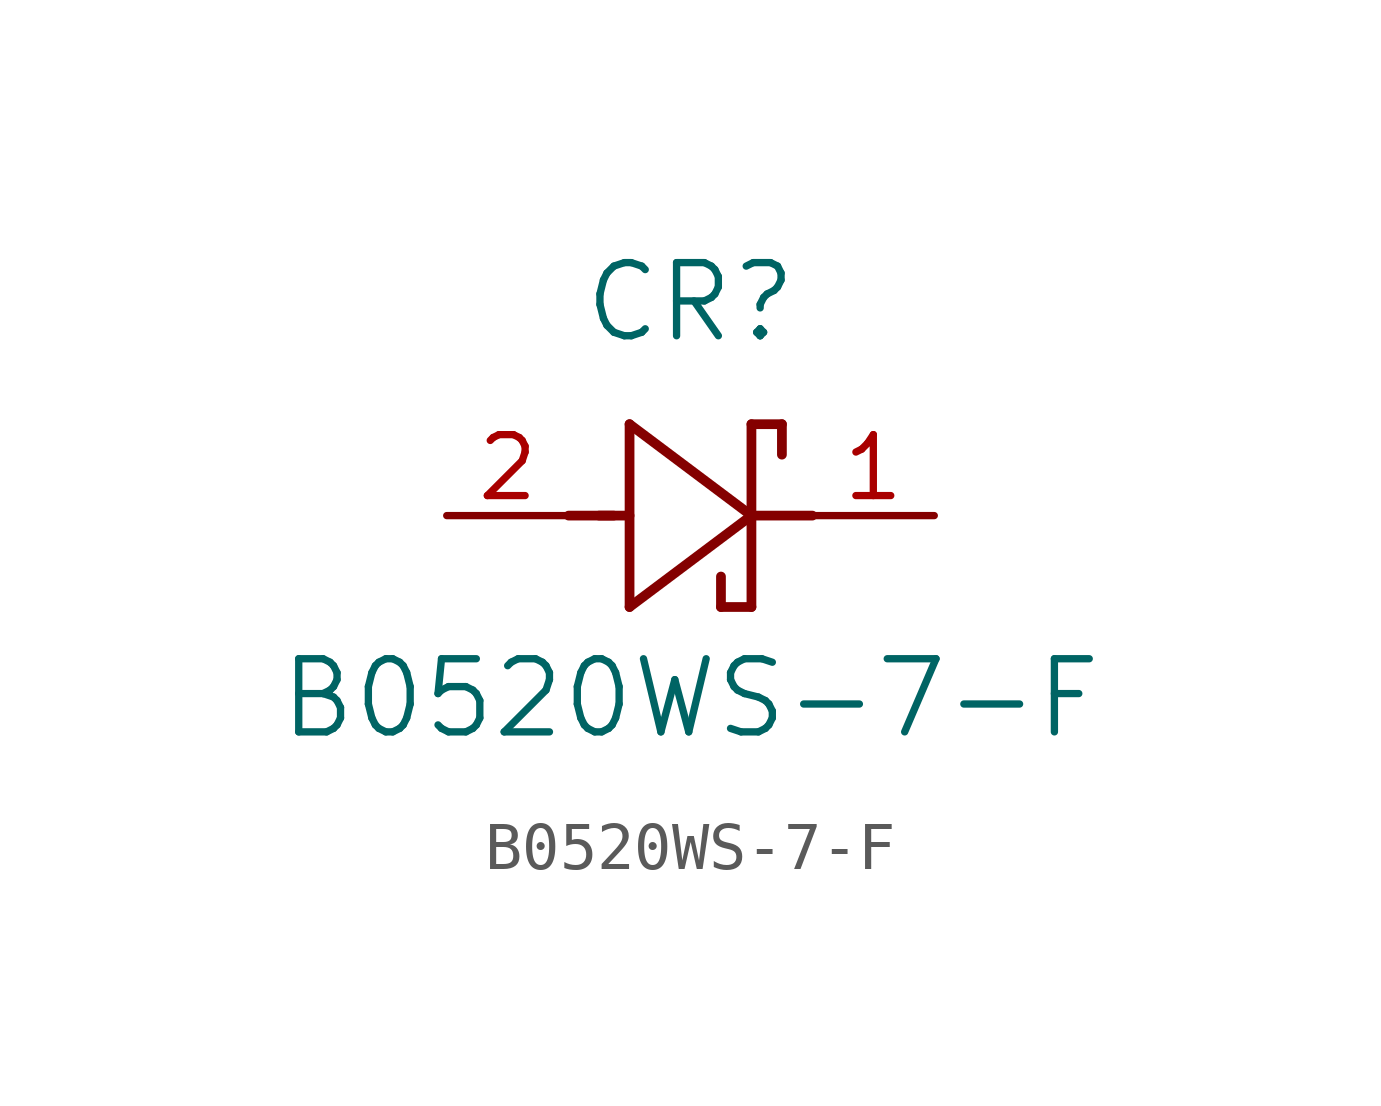
<source format=kicad_sym>
(kicad_symbol_lib
  (version 20211014)
  (generator kicad_symbol_editor)
  (symbol "B0520WS-7-F"
    (pin_names
      (offset 0.254))
    (property "Reference" "CR"
      (at 5.08 4.445 0)
      (effects (font (size 1.524 1.524))))
    (property "Value" "B0520WS-7-F"
      (at 5.08 -3.81 0)
      (effects (font (size 1.524 1.524))))
    (symbol "B0520WS-7-F_0_1"
      (polyline (pts (xy 2.54 0) (xy 3.48 0)) (stroke (width 0.203) (type default) (color 0 0 0 0)) (fill (type none)))
      (polyline (pts (xy 3.175 0) (xy 3.81 0)) (stroke (width 0.203) (type default) (color 0 0 0 0)) (fill (type none)))
      (polyline (pts (xy 3.81 -1.905) (xy 6.35 0)) (stroke (width 0.203) (type default) (color 0 0 0 0)) (fill (type none)))
      (polyline (pts (xy 6.35 -1.905) (xy 5.715 -1.905)) (stroke (width 0.203) (type default) (color 0 0 0 0)) (fill (type none)))
      (polyline (pts (xy 6.35 1.905) (xy 6.985 1.905)) (stroke (width 0.203) (type default) (color 0 0 0 0)) (fill (type none)))
      (polyline (pts (xy 3.81 1.905) (xy 3.81 -1.905)) (stroke (width 0.203) (type default) (color 0 0 0 0)) (fill (type none)))
      (polyline (pts (xy 6.35 -1.905) (xy 6.35 1.905)) (stroke (width 0.203) (type default) (color 0 0 0 0)) (fill (type none)))
      (polyline (pts (xy 6.35 0) (xy 3.81 1.905)) (stroke (width 0.203) (type default) (color 0 0 0 0)) (fill (type none)))
      (polyline (pts (xy 6.35 0) (xy 7.62 0)) (stroke (width 0.203) (type default) (color 0 0 0 0)) (fill (type none)))
      (polyline (pts (xy 6.985 1.905) (xy 6.985 1.27)) (stroke (width 0.203) (type default) (color 0 0 0 0)) (fill (type none)))
      (polyline (pts (xy 5.715 -1.905) (xy 5.715 -1.27)) (stroke (width 0.203) (type default) (color 0 0 0 0)) (fill (type none)))
      (pin unspecified line (at 0 0 0) (length 2.54) (name "" (effects (font (size 1.27 1.27)))) (number "2" (effects (font (size 1.27 1.27)))))
      (pin unspecified line (at 10.16 0 180) (length 2.54) (name "" (effects (font (size 1.27 1.27)))) (number "1" (effects (font (size 1.27 1.27))))))))
</source>
